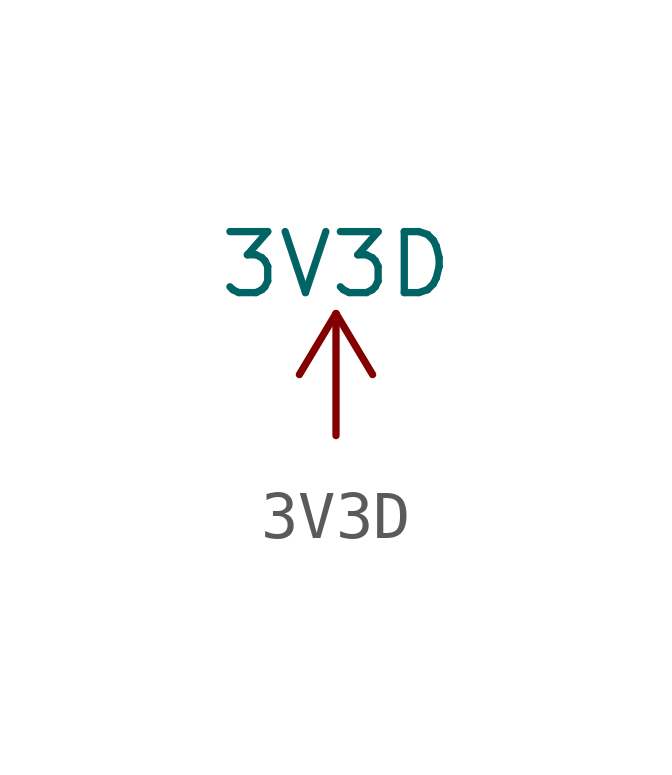
<source format=kicad_sym>
(kicad_symbol_lib
  (version 20211014)
  (generator kicad_symbol_editor)
  (symbol "3V3D"
    (power)
    (pin_names
      (offset 0))
    (property "Reference" "#PWR"
      (at 0 -3.81 0)
      (effects (font (size 1.27 1.27)) hide))
    (property "Value" "3V3D"
      (at 0 3.556 0)
      (effects (font (size 1.27 1.27))))
    (symbol "3V3D_0_1"
      (polyline (pts (xy -0.762 1.27) (xy 0 2.54)) (stroke (width 0) (type default) (color 0 0 0 0)) (fill (type none)))
      (polyline (pts (xy 0 0) (xy 0 2.54)) (stroke (width 0) (type default) (color 0 0 0 0)) (fill (type none)))
      (polyline (pts (xy 0 2.54) (xy 0.762 1.27)) (stroke (width 0) (type default) (color 0 0 0 0)) (fill (type none))))
    (symbol "3V3D_1_1"
      (pin power_in line (at 0 0 90) (length 0) hide (name "3V3D" (effects (font (size 1.27 1.27)))) (number "1" (effects (font (size 1.27 1.27))))))))
</source>
